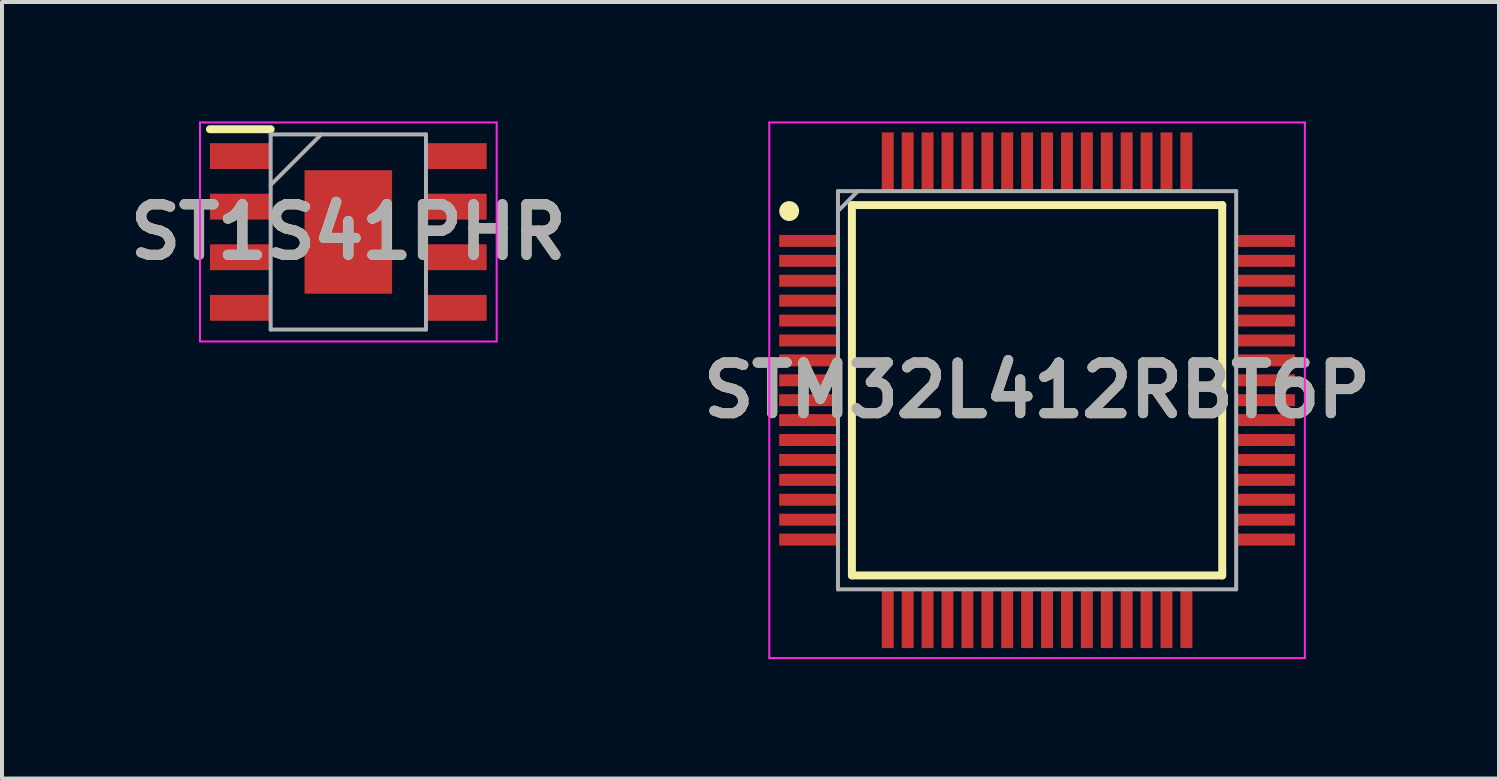
<source format=kicad_pcb>
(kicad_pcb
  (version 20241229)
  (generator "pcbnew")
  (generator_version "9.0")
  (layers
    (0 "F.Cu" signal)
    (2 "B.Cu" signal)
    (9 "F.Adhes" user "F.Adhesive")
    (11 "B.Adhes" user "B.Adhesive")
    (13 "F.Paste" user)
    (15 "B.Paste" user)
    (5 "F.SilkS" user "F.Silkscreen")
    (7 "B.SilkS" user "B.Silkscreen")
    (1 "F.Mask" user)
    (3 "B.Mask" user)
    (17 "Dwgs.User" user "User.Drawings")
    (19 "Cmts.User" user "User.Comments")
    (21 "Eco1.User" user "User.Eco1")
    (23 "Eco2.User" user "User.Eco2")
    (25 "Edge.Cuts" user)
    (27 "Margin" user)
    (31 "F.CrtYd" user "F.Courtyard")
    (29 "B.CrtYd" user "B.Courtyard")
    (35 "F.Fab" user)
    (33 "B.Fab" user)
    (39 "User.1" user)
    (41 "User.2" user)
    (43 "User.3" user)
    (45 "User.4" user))
  (footprint "STM32L412RBT6P"
    (layer "F.Cu")
    (at 22.993 6.75)
    (property "Reference" "STM32L412RBT6P" (at 0 0 0) (layer "F.SilkS") (effects (font (size 1.27 1.27) (thickness 0.254))))
    (attr smd)
    (fp_line (start -4.65 -4.65) (end 4.65 -4.65) (stroke (width 0.2) (type solid)) (layer "F.SilkS"))
    (fp_line (start -4.65 4.65) (end -4.65 -4.65) (stroke (width 0.2) (type solid)) (layer "F.SilkS"))
    (fp_line (start 4.65 -4.65) (end 4.65 4.65) (stroke (width 0.2) (type solid)) (layer "F.SilkS"))
    (fp_line (start 4.65 4.65) (end -4.65 4.65) (stroke (width 0.2) (type solid)) (layer "F.SilkS"))
    (fp_circle (center -6.225 -4.5) (end -6.225 -4.375) (stroke (width 0.25) (type solid)) (fill no) (layer "F.SilkS"))
    (fp_line (start -6.725 -6.725) (end 6.725 -6.725) (stroke (width 0.05) (type solid)) (layer "F.CrtYd"))
    (fp_line (start -6.725 6.725) (end -6.725 -6.725) (stroke (width 0.05) (type solid)) (layer "F.CrtYd"))
    (fp_line (start 6.725 -6.725) (end 6.725 6.725) (stroke (width 0.05) (type solid)) (layer "F.CrtYd"))
    (fp_line (start 6.725 6.725) (end -6.725 6.725) (stroke (width 0.05) (type solid)) (layer "F.CrtYd"))
    (fp_line (start -5 -5) (end 5 -5) (stroke (width 0.1) (type solid)) (layer "F.Fab"))
    (fp_line (start -5 -4.5) (end -4.5 -5) (stroke (width 0.1) (type solid)) (layer "F.Fab"))
    (fp_line (start -5 5) (end -5 -5) (stroke (width 0.1) (type solid)) (layer "F.Fab"))
    (fp_line (start 5 -5) (end 5 5) (stroke (width 0.1) (type solid)) (layer "F.Fab"))
    (fp_line (start 5 5) (end -5 5) (stroke (width 0.1) (type solid)) (layer "F.Fab"))
    (fp_text user "${REFERENCE}" (at 0 0 0) (layer "F.Fab") (effects (font (size 1.27 1.27) (thickness 0.254))))
    (pad "1" smd rect (at -5.738 -3.75 90) (size 0.3 1.475) (layers "F.Cu" "F.Mask" "F.Paste"))
    (pad "2" smd rect (at -5.738 -3.25 90) (size 0.3 1.475) (layers "F.Cu" "F.Mask" "F.Paste"))
    (pad "3" smd rect (at -5.738 -2.75 90) (size 0.3 1.475) (layers "F.Cu" "F.Mask" "F.Paste"))
    (pad "4" smd rect (at -5.738 -2.25 90) (size 0.3 1.475) (layers "F.Cu" "F.Mask" "F.Paste"))
    (pad "5" smd rect (at -5.738 -1.75 90) (size 0.3 1.475) (layers "F.Cu" "F.Mask" "F.Paste"))
    (pad "6" smd rect (at -5.738 -1.25 90) (size 0.3 1.475) (layers "F.Cu" "F.Mask" "F.Paste"))
    (pad "7" smd rect (at -5.738 -0.75 90) (size 0.3 1.475) (layers "F.Cu" "F.Mask" "F.Paste"))
    (pad "8" smd rect (at -5.738 -0.25 90) (size 0.3 1.475) (layers "F.Cu" "F.Mask" "F.Paste"))
    (pad "9" smd rect (at -5.738 0.25 90) (size 0.3 1.475) (layers "F.Cu" "F.Mask" "F.Paste"))
    (pad "10" smd rect (at -5.738 0.75 90) (size 0.3 1.475) (layers "F.Cu" "F.Mask" "F.Paste"))
    (pad "11" smd rect (at -5.738 1.25 90) (size 0.3 1.475) (layers "F.Cu" "F.Mask" "F.Paste"))
    (pad "12" smd rect (at -5.738 1.75 90) (size 0.3 1.475) (layers "F.Cu" "F.Mask" "F.Paste"))
    (pad "13" smd rect (at -5.738 2.25 90) (size 0.3 1.475) (layers "F.Cu" "F.Mask" "F.Paste"))
    (pad "14" smd rect (at -5.738 2.75 90) (size 0.3 1.475) (layers "F.Cu" "F.Mask" "F.Paste"))
    (pad "15" smd rect (at -5.738 3.25 90) (size 0.3 1.475) (layers "F.Cu" "F.Mask" "F.Paste"))
    (pad "16" smd rect (at -5.738 3.75 90) (size 0.3 1.475) (layers "F.Cu" "F.Mask" "F.Paste"))
    (pad "17" smd rect (at -3.75 5.738) (size 0.3 1.475) (layers "F.Cu" "F.Mask" "F.Paste"))
    (pad "18" smd rect (at -3.25 5.738) (size 0.3 1.475) (layers "F.Cu" "F.Mask" "F.Paste"))
    (pad "19" smd rect (at -2.75 5.738) (size 0.3 1.475) (layers "F.Cu" "F.Mask" "F.Paste"))
    (pad "20" smd rect (at -2.25 5.738) (size 0.3 1.475) (layers "F.Cu" "F.Mask" "F.Paste"))
    (pad "21" smd rect (at -1.75 5.738) (size 0.3 1.475) (layers "F.Cu" "F.Mask" "F.Paste"))
    (pad "22" smd rect (at -1.25 5.738) (size 0.3 1.475) (layers "F.Cu" "F.Mask" "F.Paste"))
    (pad "23" smd rect (at -0.75 5.738) (size 0.3 1.475) (layers "F.Cu" "F.Mask" "F.Paste"))
    (pad "24" smd rect (at -0.25 5.738) (size 0.3 1.475) (layers "F.Cu" "F.Mask" "F.Paste"))
    (pad "25" smd rect (at 0.25 5.738) (size 0.3 1.475) (layers "F.Cu" "F.Mask" "F.Paste"))
    (pad "26" smd rect (at 0.75 5.738) (size 0.3 1.475) (layers "F.Cu" "F.Mask" "F.Paste"))
    (pad "27" smd rect (at 1.25 5.738) (size 0.3 1.475) (layers "F.Cu" "F.Mask" "F.Paste"))
    (pad "28" smd rect (at 1.75 5.738) (size 0.3 1.475) (layers "F.Cu" "F.Mask" "F.Paste"))
    (pad "29" smd rect (at 2.25 5.738) (size 0.3 1.475) (layers "F.Cu" "F.Mask" "F.Paste"))
    (pad "30" smd rect (at 2.75 5.738) (size 0.3 1.475) (layers "F.Cu" "F.Mask" "F.Paste"))
    (pad "31" smd rect (at 3.25 5.738) (size 0.3 1.475) (layers "F.Cu" "F.Mask" "F.Paste"))
    (pad "32" smd rect (at 3.75 5.738) (size 0.3 1.475) (layers "F.Cu" "F.Mask" "F.Paste"))
    (pad "33" smd rect (at 5.738 3.75 90) (size 0.3 1.475) (layers "F.Cu" "F.Mask" "F.Paste"))
    (pad "34" smd rect (at 5.738 3.25 90) (size 0.3 1.475) (layers "F.Cu" "F.Mask" "F.Paste"))
    (pad "35" smd rect (at 5.738 2.75 90) (size 0.3 1.475) (layers "F.Cu" "F.Mask" "F.Paste"))
    (pad "36" smd rect (at 5.738 2.25 90) (size 0.3 1.475) (layers "F.Cu" "F.Mask" "F.Paste"))
    (pad "37" smd rect (at 5.738 1.75 90) (size 0.3 1.475) (layers "F.Cu" "F.Mask" "F.Paste"))
    (pad "38" smd rect (at 5.738 1.25 90) (size 0.3 1.475) (layers "F.Cu" "F.Mask" "F.Paste"))
    (pad "39" smd rect (at 5.738 0.75 90) (size 0.3 1.475) (layers "F.Cu" "F.Mask" "F.Paste"))
    (pad "40" smd rect (at 5.738 0.25 90) (size 0.3 1.475) (layers "F.Cu" "F.Mask" "F.Paste"))
    (pad "41" smd rect (at 5.738 -0.25 90) (size 0.3 1.475) (layers "F.Cu" "F.Mask" "F.Paste"))
    (pad "42" smd rect (at 5.738 -0.75 90) (size 0.3 1.475) (layers "F.Cu" "F.Mask" "F.Paste"))
    (pad "43" smd rect (at 5.738 -1.25 90) (size 0.3 1.475) (layers "F.Cu" "F.Mask" "F.Paste"))
    (pad "44" smd rect (at 5.738 -1.75 90) (size 0.3 1.475) (layers "F.Cu" "F.Mask" "F.Paste"))
    (pad "45" smd rect (at 5.738 -2.25 90) (size 0.3 1.475) (layers "F.Cu" "F.Mask" "F.Paste"))
    (pad "46" smd rect (at 5.738 -2.75 90) (size 0.3 1.475) (layers "F.Cu" "F.Mask" "F.Paste"))
    (pad "47" smd rect (at 5.738 -3.25 90) (size 0.3 1.475) (layers "F.Cu" "F.Mask" "F.Paste"))
    (pad "48" smd rect (at 5.738 -3.75 90) (size 0.3 1.475) (layers "F.Cu" "F.Mask" "F.Paste"))
    (pad "49" smd rect (at 3.75 -5.738) (size 0.3 1.475) (layers "F.Cu" "F.Mask" "F.Paste"))
    (pad "50" smd rect (at 3.25 -5.738) (size 0.3 1.475) (layers "F.Cu" "F.Mask" "F.Paste"))
    (pad "51" smd rect (at 2.75 -5.738) (size 0.3 1.475) (layers "F.Cu" "F.Mask" "F.Paste"))
    (pad "52" smd rect (at 2.25 -5.738) (size 0.3 1.475) (layers "F.Cu" "F.Mask" "F.Paste"))
    (pad "53" smd rect (at 1.75 -5.738) (size 0.3 1.475) (layers "F.Cu" "F.Mask" "F.Paste"))
    (pad "54" smd rect (at 1.25 -5.738) (size 0.3 1.475) (layers "F.Cu" "F.Mask" "F.Paste"))
    (pad "55" smd rect (at 0.75 -5.738) (size 0.3 1.475) (layers "F.Cu" "F.Mask" "F.Paste"))
    (pad "56" smd rect (at 0.25 -5.738) (size 0.3 1.475) (layers "F.Cu" "F.Mask" "F.Paste"))
    (pad "57" smd rect (at -0.25 -5.738) (size 0.3 1.475) (layers "F.Cu" "F.Mask" "F.Paste"))
    (pad "58" smd rect (at -0.75 -5.738) (size 0.3 1.475) (layers "F.Cu" "F.Mask" "F.Paste"))
    (pad "59" smd rect (at -1.25 -5.738) (size 0.3 1.475) (layers "F.Cu" "F.Mask" "F.Paste"))
    (pad "60" smd rect (at -1.75 -5.738) (size 0.3 1.475) (layers "F.Cu" "F.Mask" "F.Paste"))
    (pad "61" smd rect (at -2.25 -5.738) (size 0.3 1.475) (layers "F.Cu" "F.Mask" "F.Paste"))
    (pad "62" smd rect (at -2.75 -5.738) (size 0.3 1.475) (layers "F.Cu" "F.Mask" "F.Paste"))
    (pad "63" smd rect (at -3.25 -5.738) (size 0.3 1.475) (layers "F.Cu" "F.Mask" "F.Paste"))
    (pad "64" smd rect (at -3.75 -5.738) (size 0.3 1.475) (layers "F.Cu" "F.Mask" "F.Paste")))
  (footprint "ST1S41PHR"
    (layer "F.Cu")
    (at 5.697 2.775)
    (property "Reference" "ST1S41PHR" (at 0 0 0) (layer "F.SilkS") (effects (font (size 1.27 1.27) (thickness 0.254))))
    (attr smd)
    (fp_line (start -3.475 -2.58) (end -1.95 -2.58) (stroke (width 0.2) (type solid)) (layer "F.SilkS"))
    (fp_line (start -3.725 -2.75) (end 3.725 -2.75) (stroke (width 0.05) (type solid)) (layer "F.CrtYd"))
    (fp_line (start -3.725 2.75) (end -3.725 -2.75) (stroke (width 0.05) (type solid)) (layer "F.CrtYd"))
    (fp_line (start 3.725 -2.75) (end 3.725 2.75) (stroke (width 0.05) (type solid)) (layer "F.CrtYd"))
    (fp_line (start 3.725 2.75) (end -3.725 2.75) (stroke (width 0.05) (type solid)) (layer "F.CrtYd"))
    (fp_line (start -1.95 -2.45) (end 1.95 -2.45) (stroke (width 0.1) (type solid)) (layer "F.Fab"))
    (fp_line (start -1.95 -1.18) (end -0.68 -2.45) (stroke (width 0.1) (type solid)) (layer "F.Fab"))
    (fp_line (start -1.95 2.45) (end -1.95 -2.45) (stroke (width 0.1) (type solid)) (layer "F.Fab"))
    (fp_line (start 1.95 -2.45) (end 1.95 2.45) (stroke (width 0.1) (type solid)) (layer "F.Fab"))
    (fp_line (start 1.95 2.45) (end -1.95 2.45) (stroke (width 0.1) (type solid)) (layer "F.Fab"))
    (fp_text user "${REFERENCE}" (at 0 0 0) (layer "F.Fab") (effects (font (size 1.27 1.27) (thickness 0.254))))
    (pad "1" smd rect (at -2.712 -1.905 90) (size 0.65 1.525) (layers "F.Cu" "F.Mask" "F.Paste"))
    (pad "2" smd rect (at -2.712 -0.635 90) (size 0.65 1.525) (layers "F.Cu" "F.Mask" "F.Paste"))
    (pad "3" smd rect (at -2.712 0.635 90) (size 0.65 1.525) (layers "F.Cu" "F.Mask" "F.Paste"))
    (pad "4" smd rect (at -2.712 1.905 90) (size 0.65 1.525) (layers "F.Cu" "F.Mask" "F.Paste"))
    (pad "5" smd rect (at 2.712 1.905 90) (size 0.65 1.525) (layers "F.Cu" "F.Mask" "F.Paste"))
    (pad "6" smd rect (at 2.712 0.635 90) (size 0.65 1.525) (layers "F.Cu" "F.Mask" "F.Paste"))
    (pad "7" smd rect (at 2.712 -0.635 90) (size 0.65 1.525) (layers "F.Cu" "F.Mask" "F.Paste"))
    (pad "8" smd rect (at 2.712 -1.905 90) (size 0.65 1.525) (layers "F.Cu" "F.Mask" "F.Paste"))
    (pad "9" smd rect (at 0 0) (size 2.2 3.1) (layers "F.Cu" "F.Mask" "F.Paste")))
  (gr_rect
    (start -3 -3)
    (end 34.593 16.5)
    (stroke (width 0.1) (type default))
    (fill no)
    (layer "Edge.Cuts")))
</source>
